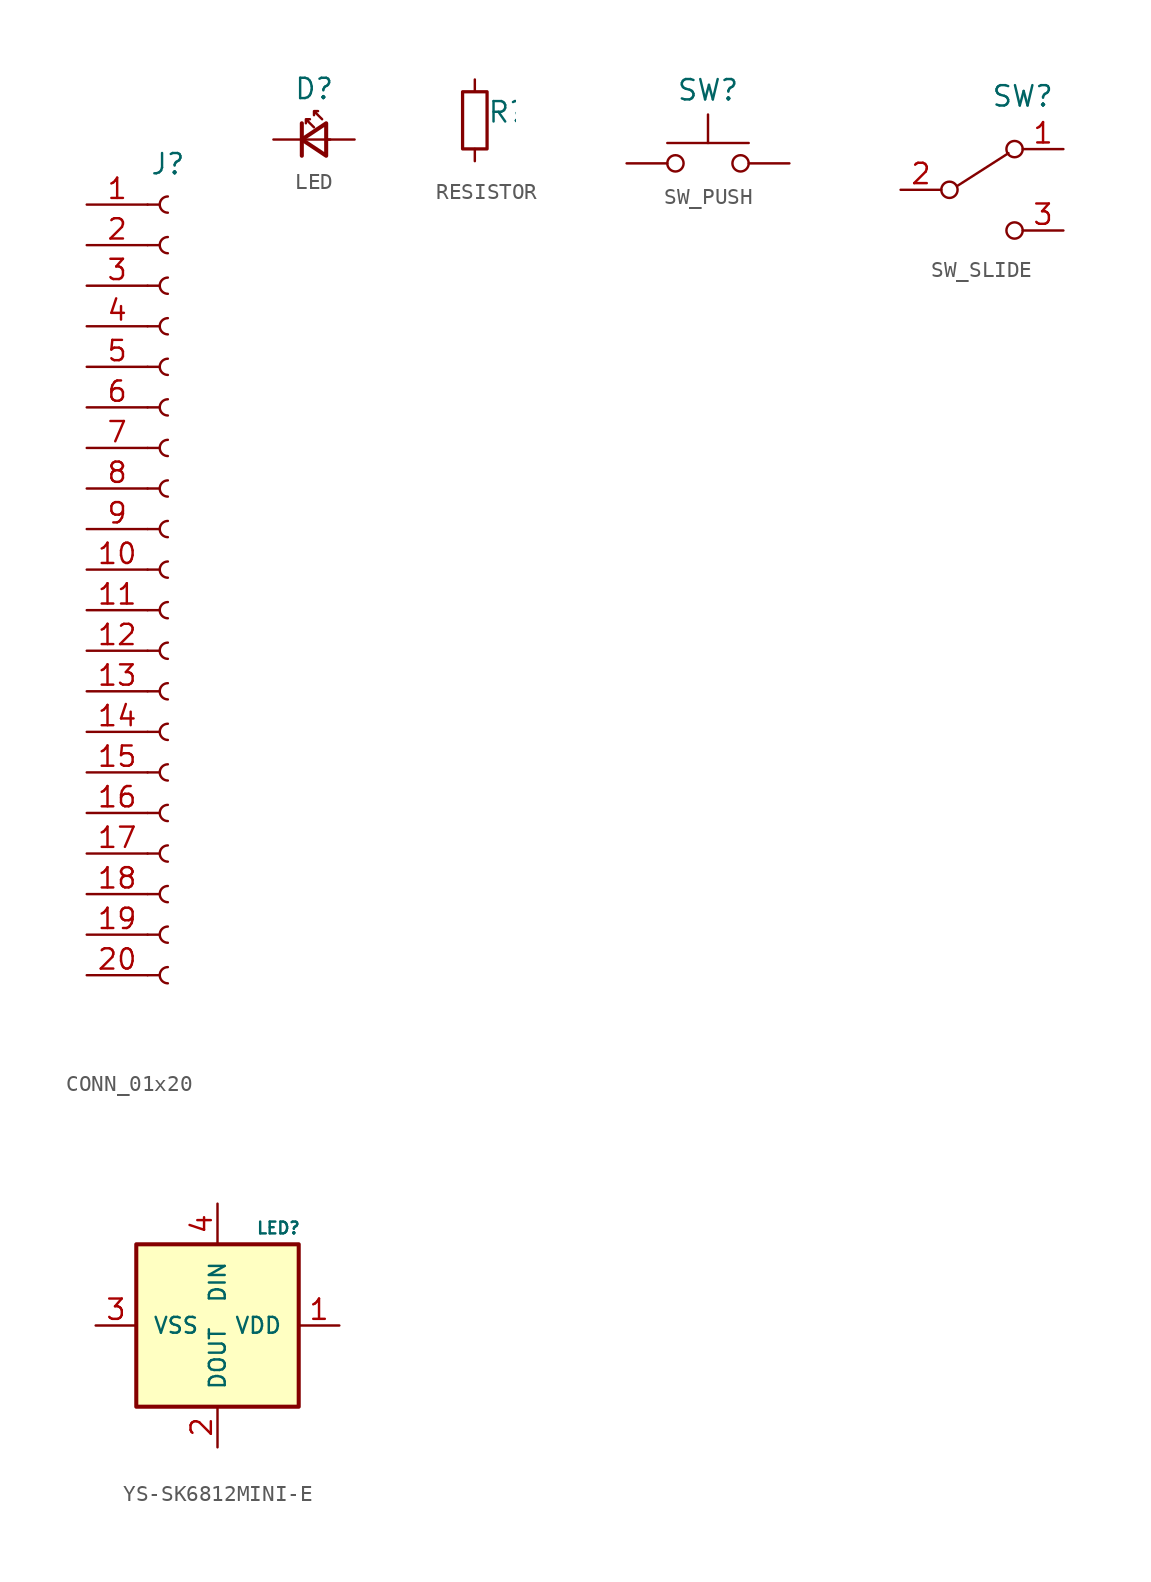
<source format=kicad_sym>
(kicad_symbol_lib
  (version 20241209)
  (generator "kicad_symbol_editor")
  (generator_version "9.0")
  (symbol "CONN_01x20"
    (pin_names
      (offset 1.016)
      (hide yes))
    (property "Reference" "J"
      (at 0 25.4 0)
      (effects (font (size 1.27 1.27))))
    (symbol "CONN_01x20_1_1"
      (polyline (pts (xy -1.27 22.86) (xy -0.508 22.86)) (stroke (width 0.152) (type default)) (fill (type none)))
      (polyline (pts (xy -1.27 20.32) (xy -0.508 20.32)) (stroke (width 0.152) (type default)) (fill (type none)))
      (polyline (pts (xy -1.27 17.78) (xy -0.508 17.78)) (stroke (width 0.152) (type default)) (fill (type none)))
      (polyline (pts (xy -1.27 15.24) (xy -0.508 15.24)) (stroke (width 0.152) (type default)) (fill (type none)))
      (polyline (pts (xy -1.27 12.7) (xy -0.508 12.7)) (stroke (width 0.152) (type default)) (fill (type none)))
      (polyline (pts (xy -1.27 10.16) (xy -0.508 10.16)) (stroke (width 0.152) (type default)) (fill (type none)))
      (polyline (pts (xy -1.27 7.62) (xy -0.508 7.62)) (stroke (width 0.152) (type default)) (fill (type none)))
      (polyline (pts (xy -1.27 5.08) (xy -0.508 5.08)) (stroke (width 0.152) (type default)) (fill (type none)))
      (polyline (pts (xy -1.27 2.54) (xy -0.508 2.54)) (stroke (width 0.152) (type default)) (fill (type none)))
      (polyline (pts (xy -1.27 0) (xy -0.508 0)) (stroke (width 0.152) (type default)) (fill (type none)))
      (polyline (pts (xy -1.27 -2.54) (xy -0.508 -2.54)) (stroke (width 0.152) (type default)) (fill (type none)))
      (polyline (pts (xy -1.27 -5.08) (xy -0.508 -5.08)) (stroke (width 0.152) (type default)) (fill (type none)))
      (polyline (pts (xy -1.27 -7.62) (xy -0.508 -7.62)) (stroke (width 0.152) (type default)) (fill (type none)))
      (polyline (pts (xy -1.27 -10.16) (xy -0.508 -10.16)) (stroke (width 0.152) (type default)) (fill (type none)))
      (polyline (pts (xy -1.27 -12.7) (xy -0.508 -12.7)) (stroke (width 0.152) (type default)) (fill (type none)))
      (polyline (pts (xy -1.27 -15.24) (xy -0.508 -15.24)) (stroke (width 0.152) (type default)) (fill (type none)))
      (polyline (pts (xy -1.27 -17.78) (xy -0.508 -17.78)) (stroke (width 0.152) (type default)) (fill (type none)))
      (polyline (pts (xy -1.27 -20.32) (xy -0.508 -20.32)) (stroke (width 0.152) (type default)) (fill (type none)))
      (polyline (pts (xy -1.27 -22.86) (xy -0.508 -22.86)) (stroke (width 0.152) (type default)) (fill (type none)))
      (polyline (pts (xy -1.27 -25.4) (xy -0.508 -25.4)) (stroke (width 0.152) (type default)) (fill (type none)))
      (arc (start 0 22.352) (mid -0.5058 22.86) (end 0 23.368) (stroke (width 0.1524) (type default)) (fill (type none)))
      (arc (start 0 19.812) (mid -0.5058 20.32) (end 0 20.828) (stroke (width 0.1524) (type default)) (fill (type none)))
      (arc (start 0 17.272) (mid -0.5058 17.78) (end 0 18.288) (stroke (width 0.1524) (type default)) (fill (type none)))
      (arc (start 0 14.732) (mid -0.5058 15.24) (end 0 15.748) (stroke (width 0.1524) (type default)) (fill (type none)))
      (arc (start 0 12.192) (mid -0.5058 12.7) (end 0 13.208) (stroke (width 0.1524) (type default)) (fill (type none)))
      (arc (start 0 9.652) (mid -0.5058 10.16) (end 0 10.668) (stroke (width 0.1524) (type default)) (fill (type none)))
      (arc (start 0 7.112) (mid -0.5058 7.62) (end 0 8.128) (stroke (width 0.1524) (type default)) (fill (type none)))
      (arc (start 0 4.572) (mid -0.5058 5.08) (end 0 5.588) (stroke (width 0.1524) (type default)) (fill (type none)))
      (arc (start 0 2.032) (mid -0.5058 2.54) (end 0 3.048) (stroke (width 0.1524) (type default)) (fill (type none)))
      (arc (start 0 -0.508) (mid -0.5058 0) (end 0 0.508) (stroke (width 0.1524) (type default)) (fill (type none)))
      (arc (start 0 -3.048) (mid -0.5058 -2.54) (end 0 -2.032) (stroke (width 0.1524) (type default)) (fill (type none)))
      (arc (start 0 -5.588) (mid -0.5058 -5.08) (end 0 -4.572) (stroke (width 0.1524) (type default)) (fill (type none)))
      (arc (start 0 -8.128) (mid -0.5058 -7.62) (end 0 -7.112) (stroke (width 0.1524) (type default)) (fill (type none)))
      (arc (start 0 -10.668) (mid -0.5058 -10.16) (end 0 -9.652) (stroke (width 0.1524) (type default)) (fill (type none)))
      (arc (start 0 -13.208) (mid -0.5058 -12.7) (end 0 -12.192) (stroke (width 0.1524) (type default)) (fill (type none)))
      (arc (start 0 -15.748) (mid -0.5058 -15.24) (end 0 -14.732) (stroke (width 0.1524) (type default)) (fill (type none)))
      (arc (start 0 -18.288) (mid -0.5058 -17.78) (end 0 -17.272) (stroke (width 0.1524) (type default)) (fill (type none)))
      (arc (start 0 -20.828) (mid -0.5058 -20.32) (end 0 -19.812) (stroke (width 0.1524) (type default)) (fill (type none)))
      (arc (start 0 -23.368) (mid -0.5058 -22.86) (end 0 -22.352) (stroke (width 0.1524) (type default)) (fill (type none)))
      (arc (start 0 -25.908) (mid -0.5058 -25.4) (end 0 -24.892) (stroke (width 0.1524) (type default)) (fill (type none)))
      (pin passive line (at -5.08 22.86 0) (length 3.81) (name "Pin_1" (effects (font (size 1.27 1.27)))) (number "1" (effects (font (size 1.27 1.27)))))
      (pin passive line (at -5.08 20.32 0) (length 3.81) (name "Pin_2" (effects (font (size 1.27 1.27)))) (number "2" (effects (font (size 1.27 1.27)))))
      (pin passive line (at -5.08 17.78 0) (length 3.81) (name "Pin_3" (effects (font (size 1.27 1.27)))) (number "3" (effects (font (size 1.27 1.27)))))
      (pin passive line (at -5.08 15.24 0) (length 3.81) (name "Pin_4" (effects (font (size 1.27 1.27)))) (number "4" (effects (font (size 1.27 1.27)))))
      (pin passive line (at -5.08 12.7 0) (length 3.81) (name "Pin_5" (effects (font (size 1.27 1.27)))) (number "5" (effects (font (size 1.27 1.27)))))
      (pin passive line (at -5.08 10.16 0) (length 3.81) (name "Pin_6" (effects (font (size 1.27 1.27)))) (number "6" (effects (font (size 1.27 1.27)))))
      (pin passive line (at -5.08 7.62 0) (length 3.81) (name "Pin_7" (effects (font (size 1.27 1.27)))) (number "7" (effects (font (size 1.27 1.27)))))
      (pin passive line (at -5.08 5.08 0) (length 3.81) (name "Pin_8" (effects (font (size 1.27 1.27)))) (number "8" (effects (font (size 1.27 1.27)))))
      (pin passive line (at -5.08 2.54 0) (length 3.81) (name "Pin_9" (effects (font (size 1.27 1.27)))) (number "9" (effects (font (size 1.27 1.27)))))
      (pin passive line (at -5.08 0 0) (length 3.81) (name "Pin_10" (effects (font (size 1.27 1.27)))) (number "10" (effects (font (size 1.27 1.27)))))
      (pin passive line (at -5.08 -2.54 0) (length 3.81) (name "Pin_11" (effects (font (size 1.27 1.27)))) (number "11" (effects (font (size 1.27 1.27)))))
      (pin passive line (at -5.08 -5.08 0) (length 3.81) (name "Pin_12" (effects (font (size 1.27 1.27)))) (number "12" (effects (font (size 1.27 1.27)))))
      (pin passive line (at -5.08 -7.62 0) (length 3.81) (name "Pin_13" (effects (font (size 1.27 1.27)))) (number "13" (effects (font (size 1.27 1.27)))))
      (pin passive line (at -5.08 -10.16 0) (length 3.81) (name "Pin_14" (effects (font (size 1.27 1.27)))) (number "14" (effects (font (size 1.27 1.27)))))
      (pin passive line (at -5.08 -12.7 0) (length 3.81) (name "Pin_15" (effects (font (size 1.27 1.27)))) (number "15" (effects (font (size 1.27 1.27)))))
      (pin passive line (at -5.08 -15.24 0) (length 3.81) (name "Pin_16" (effects (font (size 1.27 1.27)))) (number "16" (effects (font (size 1.27 1.27)))))
      (pin passive line (at -5.08 -17.78 0) (length 3.81) (name "Pin_17" (effects (font (size 1.27 1.27)))) (number "17" (effects (font (size 1.27 1.27)))))
      (pin passive line (at -5.08 -20.32 0) (length 3.81) (name "Pin_18" (effects (font (size 1.27 1.27)))) (number "18" (effects (font (size 1.27 1.27)))))
      (pin passive line (at -5.08 -22.86 0) (length 3.81) (name "Pin_19" (effects (font (size 1.27 1.27)))) (number "19" (effects (font (size 1.27 1.27)))))
      (pin passive line (at -5.08 -25.4 0) (length 3.81) (name "Pin_20" (effects (font (size 1.27 1.27)))) (number "20" (effects (font (size 1.27 1.27)))))))
  (symbol "LED"
    (pin_numbers
      (hide yes))
    (pin_names
      (offset 0.254)
      (hide yes))
    (property "Reference" "D"
      (at -1.27 3.175 0)
      (effects (font (size 1.27 1.27)) (justify left)))
    (symbol "LED_0_1"
      (polyline (pts (xy -0.762 -1.016) (xy -0.762 1.016)) (stroke (width 0.254) (type default)) (fill (type none)))
      (polyline (pts (xy 0 0.762) (xy -0.508 1.27) (xy -0.254 1.27) (xy -0.508 1.27) (xy -0.508 1.016)) (stroke (width 0) (type default)) (fill (type none)))
      (polyline (pts (xy 0.508 1.27) (xy 0 1.778) (xy 0.254 1.778) (xy 0 1.778) (xy 0 1.524)) (stroke (width 0) (type default)) (fill (type none)))
      (polyline (pts (xy 0.762 -1.016) (xy -0.762 0) (xy 0.762 1.016) (xy 0.762 -1.016)) (stroke (width 0.254) (type default)) (fill (type none)))
      (polyline (pts (xy 1.016 0) (xy -0.762 0)) (stroke (width 0) (type default)) (fill (type none))))
    (symbol "LED_1_1"
      (pin passive line (at -2.54 0 0) (length 1.778) (name "K" (effects (font (size 1.27 1.27)))) (number "1" (effects (font (size 1.27 1.27)))))
      (pin passive line (at 2.54 0 180) (length 1.778) (name "A" (effects (font (size 1.27 1.27)))) (number "2" (effects (font (size 1.27 1.27)))))))
  (symbol "RESISTOR"
    (pin_numbers
      (hide yes))
    (pin_names
      (offset 0.254)
      (hide yes))
    (property "Reference" "R"
      (at 0.762 0.508 0)
      (effects (font (size 1.27 1.27)) (justify left)))
    (symbol "RESISTOR_0_1"
      (rectangle (start -0.762 1.778) (end 0.762 -1.778) (stroke (width 0.203) (type default)) (fill (type none))))
    (symbol "RESISTOR_1_1"
      (pin passive line (at 0 2.54 270) (length 0.762) (name "~" (effects (font (size 1.27 1.27)))) (number "1" (effects (font (size 1.27 1.27)))))
      (pin passive line (at 0 -2.54 90) (length 0.762) (name "~" (effects (font (size 1.27 1.27)))) (number "2" (effects (font (size 1.27 1.27)))))))
  (symbol "SW_PUSH"
    (pin_numbers
      (hide yes))
    (pin_names
      (hide yes))
    (property "Reference" "SW"
      (at 0 4.572 0)
      (effects (font (size 1.27 1.27))))
    (symbol "SW_PUSH_0_1"
      (circle (center -2.032 0) (radius 0.508) (stroke (width 0) (type default)) (fill (type none)))
      (polyline (pts (xy 0 1.27) (xy 0 3.048)) (stroke (width 0) (type default)) (fill (type none)))
      (circle (center 2.032 0) (radius 0.508) (stroke (width 0) (type default)) (fill (type none)))
      (polyline (pts (xy 2.54 1.27) (xy -2.54 1.27)) (stroke (width 0) (type default)) (fill (type none)))
      (pin passive line (at -5.08 0 0) (length 2.54) (name "1" (effects (font (size 1.27 1.27)))) (number "1" (effects (font (size 1.27 1.27)))))
      (pin passive line (at 5.08 0 180) (length 2.54) (name "2" (effects (font (size 1.27 1.27)))) (number "2" (effects (font (size 1.27 1.27)))))))
  (symbol "SW_SLIDE"
    (pin_names
      (hide yes))
    (property "Reference" "SW"
      (at 0 5.842 0)
      (effects (font (size 1.27 1.27))))
    (symbol "SW_SLIDE_0_0"
      (circle (center -4.572 0) (radius 0.508) (stroke (width 0) (type default)) (fill (type none)))
      (circle (center -0.508 -2.54) (radius 0.508) (stroke (width 0) (type default)) (fill (type none))))
    (symbol "SW_SLIDE_0_1"
      (polyline (pts (xy -4.064 0.254) (xy -0.889 2.286)) (stroke (width 0) (type default)) (fill (type none)))
      (circle (center -0.508 2.54) (radius 0.508) (stroke (width 0) (type default)) (fill (type none))))
    (symbol "SW_SLIDE_1_1"
      (pin passive line (at -7.62 0 0) (length 2.54) (name "B" (effects (font (size 1.27 1.27)))) (number "2" (effects (font (size 1.27 1.27)))))
      (pin passive line (at 2.54 2.54 180) (length 2.54) (name "A" (effects (font (size 1.27 1.27)))) (number "1" (effects (font (size 1.27 1.27)))))
      (pin passive line (at 2.54 -2.54 180) (length 2.54) (name "C" (effects (font (size 1.27 1.27)))) (number "3" (effects (font (size 1.27 1.27)))))))
  (symbol "YS-SK6812MINI-E"
    (pin_names
      (offset 1.016))
    (property "Reference" "LED"
      (at 3.81 6.096 0)
      (effects (font (size 0.737 0.737))))
    (symbol "YS-SK6812MINI-E_0_1"
      (rectangle (start 5.08 5.08) (end -5.08 -5.08) (stroke (width 0.254) (type solid)) (fill (type background))))
    (symbol "YS-SK6812MINI-E_1_1"
      (pin power_in line (at -7.62 0 0) (length 2.54) (name "VSS" (effects (font (size 0.991 0.991)))) (number "3" (effects (font (size 1.27 1.27)))))
      (pin input line (at 0 7.62 270) (length 2.54) (name "DIN" (effects (font (size 0.991 0.991)))) (number "4" (effects (font (size 1.27 1.27)))))
      (pin output line (at 0 -7.62 90) (length 2.54) (name "DOUT" (effects (font (size 0.991 0.991)))) (number "2" (effects (font (size 1.27 1.27)))))
      (pin power_in line (at 7.62 0 180) (length 2.54) (name "VDD" (effects (font (size 0.991 0.991)))) (number "1" (effects (font (size 1.27 1.27))))))))
</source>
